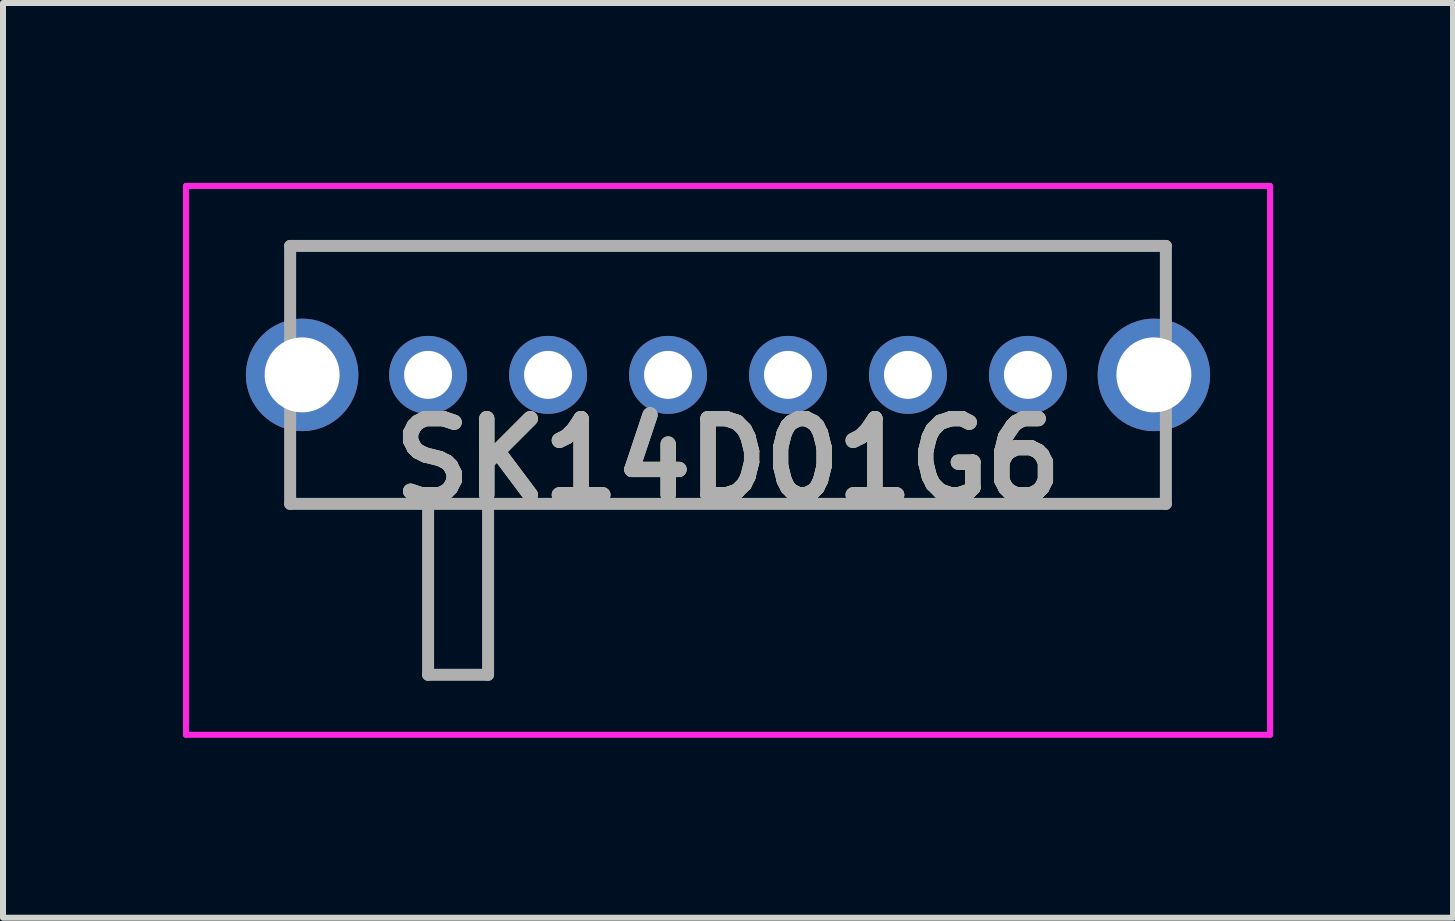
<source format=kicad_pcb>
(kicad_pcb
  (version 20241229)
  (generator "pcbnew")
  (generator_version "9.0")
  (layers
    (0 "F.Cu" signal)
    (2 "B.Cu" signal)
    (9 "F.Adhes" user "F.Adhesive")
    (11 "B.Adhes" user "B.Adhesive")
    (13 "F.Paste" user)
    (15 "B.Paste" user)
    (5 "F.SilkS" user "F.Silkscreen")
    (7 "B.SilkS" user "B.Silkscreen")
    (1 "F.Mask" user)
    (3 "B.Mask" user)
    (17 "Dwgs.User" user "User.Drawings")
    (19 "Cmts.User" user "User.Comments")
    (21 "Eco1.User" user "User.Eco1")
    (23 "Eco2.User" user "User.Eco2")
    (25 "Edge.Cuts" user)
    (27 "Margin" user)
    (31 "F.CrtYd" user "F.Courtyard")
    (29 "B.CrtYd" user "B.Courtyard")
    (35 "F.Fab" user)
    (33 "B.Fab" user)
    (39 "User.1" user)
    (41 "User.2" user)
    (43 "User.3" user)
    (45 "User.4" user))
  (footprint "SK14D01G6"
    (layer "F.Cu")
    (at 4.087 3.2)
    (property "Reference" "SK14D01G6" (at 5 1.425 0) (layer "F.SilkS") (effects (font (size 1.27 1.27) (thickness 0.254))))
    (attr through_hole)
    (fp_line (start -2.3 -2.15) (end 12.3 -2.15) (stroke (width 0.1) (type solid)) (layer "F.SilkS"))
    (fp_line (start -2.3 -1.2) (end -2.3 -2.15) (stroke (width 0.1) (type solid)) (layer "F.SilkS"))
    (fp_line (start -2.3 1.2) (end -2.3 2.15) (stroke (width 0.1) (type solid)) (layer "F.SilkS"))
    (fp_line (start -2.3 2.15) (end 12.3 2.15) (stroke (width 0.1) (type solid)) (layer "F.SilkS"))
    (fp_line (start 0 2.2) (end 0 5) (stroke (width 0.1) (type solid)) (layer "F.SilkS"))
    (fp_line (start 0 5) (end 1 5) (stroke (width 0.1) (type solid)) (layer "F.SilkS"))
    (fp_line (start 1 5) (end 1 2.15) (stroke (width 0.1) (type solid)) (layer "F.SilkS"))
    (fp_line (start 12.3 -2.15) (end 12.3 -1.2) (stroke (width 0.1) (type solid)) (layer "F.SilkS"))
    (fp_line (start 12.3 2.15) (end 12.3 1.2) (stroke (width 0.1) (type solid)) (layer "F.SilkS"))
    (fp_line (start -4.037 -3.15) (end 14.037 -3.15) (stroke (width 0.1) (type solid)) (layer "F.CrtYd"))
    (fp_line (start -4.037 6) (end -4.037 -3.15) (stroke (width 0.1) (type solid)) (layer "F.CrtYd"))
    (fp_line (start 14.037 -3.15) (end 14.037 6) (stroke (width 0.1) (type solid)) (layer "F.CrtYd"))
    (fp_line (start 14.037 6) (end -4.037 6) (stroke (width 0.1) (type solid)) (layer "F.CrtYd"))
    (fp_line (start -2.3 -2.15) (end 12.3 -2.15) (stroke (width 0.2) (type solid)) (layer "F.Fab"))
    (fp_line (start -2.3 2.15) (end -2.3 -2.15) (stroke (width 0.2) (type solid)) (layer "F.Fab"))
    (fp_line (start 0 2.15) (end 0 5) (stroke (width 0.2) (type solid)) (layer "F.Fab"))
    (fp_line (start 0 5) (end 1 5) (stroke (width 0.2) (type solid)) (layer "F.Fab"))
    (fp_line (start 1 5) (end 1 2.15) (stroke (width 0.2) (type solid)) (layer "F.Fab"))
    (fp_line (start 12.3 -2.15) (end 12.3 2.15) (stroke (width 0.2) (type solid)) (layer "F.Fab"))
    (fp_line (start 12.3 2.15) (end -2.3 2.15) (stroke (width 0.2) (type solid)) (layer "F.Fab"))
    (fp_text user "${REFERENCE}" (at 5 1.425 0) (layer "F.Fab") (effects (font (size 1.27 1.27) (thickness 0.254))))
    (pad "1" thru_hole circle (at 0 0) (size 1.3 1.3) (drill 0.8) (layers "*.Cu" "*.Mask"))
    (pad "2" thru_hole circle (at 2 0) (size 1.3 1.3) (drill 0.8) (layers "*.Cu" "*.Mask"))
    (pad "3" thru_hole circle (at 4 0) (size 1.3 1.3) (drill 0.8) (layers "*.Cu" "*.Mask"))
    (pad "4" thru_hole circle (at 6 0) (size 1.3 1.3) (drill 0.8) (layers "*.Cu" "*.Mask"))
    (pad "5" thru_hole circle (at 8 0) (size 1.3 1.3) (drill 0.8) (layers "*.Cu" "*.Mask"))
    (pad "6" thru_hole circle (at 10 0) (size 1.3 1.3) (drill 0.8) (layers "*.Cu" "*.Mask"))
    (pad "MH1" thru_hole circle (at -2.1 0) (size 1.875 1.875) (drill 1.25) (layers "*.Cu" "*.Mask"))
    (pad "MH2" thru_hole circle (at 12.1 0) (size 1.875 1.875) (drill 1.25) (layers "*.Cu" "*.Mask")))
  (gr_rect
    (start -3 -3)
    (end 21.174 12.25)
    (stroke (width 0.1) (type default))
    (fill no)
    (layer "Edge.Cuts")))
</source>
